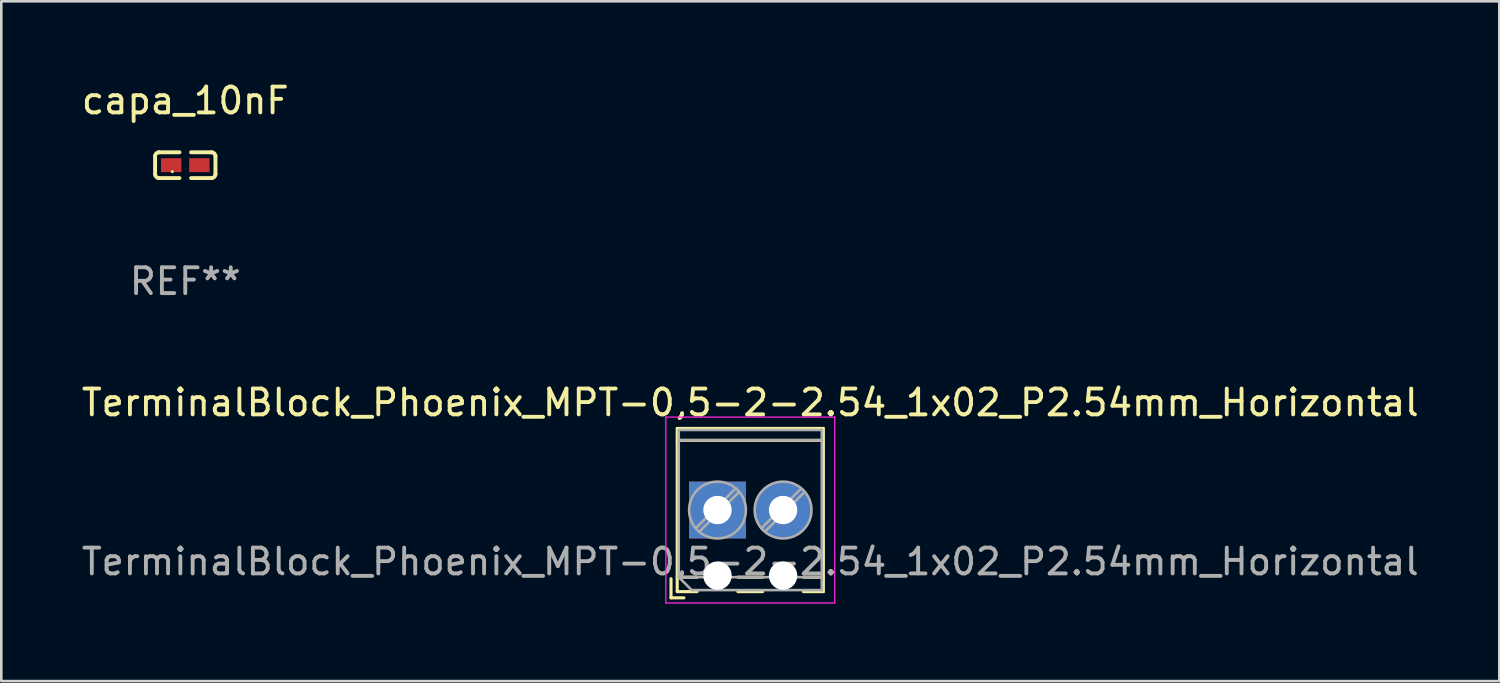
<source format=kicad_pcb>
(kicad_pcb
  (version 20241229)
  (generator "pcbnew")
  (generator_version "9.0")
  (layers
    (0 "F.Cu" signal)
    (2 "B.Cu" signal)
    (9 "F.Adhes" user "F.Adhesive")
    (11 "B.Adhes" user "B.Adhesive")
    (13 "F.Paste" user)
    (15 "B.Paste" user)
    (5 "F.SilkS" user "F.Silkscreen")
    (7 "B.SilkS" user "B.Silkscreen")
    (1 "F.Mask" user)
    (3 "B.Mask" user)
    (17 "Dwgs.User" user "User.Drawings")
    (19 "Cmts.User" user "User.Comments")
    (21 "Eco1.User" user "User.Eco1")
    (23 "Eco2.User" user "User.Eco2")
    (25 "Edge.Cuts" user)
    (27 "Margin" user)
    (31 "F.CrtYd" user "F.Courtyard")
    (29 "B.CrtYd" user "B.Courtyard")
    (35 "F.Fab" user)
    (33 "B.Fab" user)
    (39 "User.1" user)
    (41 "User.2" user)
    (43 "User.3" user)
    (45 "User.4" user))
  (footprint "TerminalBlock_Phoenix_MPT-0,5-2-2.54_1x02_P2.54mm_Horizontal"
    (layer "F.Cu")
    (at 24.736 16.702)
    (property "Reference" "TerminalBlock_Phoenix_MPT-0,5-2-2.54_1x02_P2.54mm_Horizontal" (at 1.27 -4.16 0) (layer "F.SilkS") (effects (font (size 1 1) (thickness 0.15))))
    (attr through_hole)
    (fp_line (start -1.8 2.66) (end -1.8 3.4) (stroke (width 0.12) (type solid)) (layer "F.SilkS"))
    (fp_line (start -1.8 3.4) (end -1.3 3.4) (stroke (width 0.12) (type solid)) (layer "F.SilkS"))
    (fp_line (start -1.56 -3.16) (end -1.56 3.16) (stroke (width 0.12) (type solid)) (layer "F.SilkS"))
    (fp_line (start -1.56 -3.16) (end 4.1 -3.16) (stroke (width 0.12) (type solid)) (layer "F.SilkS"))
    (fp_line (start -1.56 -2.7) (end 4.1 -2.7) (stroke (width 0.12) (type solid)) (layer "F.SilkS"))
    (fp_line (start -1.56 2.6) (end -0.79 2.6) (stroke (width 0.12) (type solid)) (layer "F.SilkS"))
    (fp_line (start -1.56 3.16) (end -0.79 3.16) (stroke (width 0.12) (type solid)) (layer "F.SilkS"))
    (fp_line (start 0.79 2.6) (end 1.75 2.6) (stroke (width 0.12) (type solid)) (layer "F.SilkS"))
    (fp_line (start 0.79 3.16) (end 1.75 3.16) (stroke (width 0.12) (type solid)) (layer "F.SilkS"))
    (fp_line (start 3.33 2.6) (end 4.1 2.6) (stroke (width 0.12) (type solid)) (layer "F.SilkS"))
    (fp_line (start 3.33 3.16) (end 4.1 3.16) (stroke (width 0.12) (type solid)) (layer "F.SilkS"))
    (fp_line (start 4.1 -3.16) (end 4.1 3.16) (stroke (width 0.12) (type solid)) (layer "F.SilkS"))
    (fp_line (start -2 -3.6) (end -2 3.6) (stroke (width 0.05) (type solid)) (layer "F.CrtYd"))
    (fp_line (start -2 3.6) (end 4.54 3.6) (stroke (width 0.05) (type solid)) (layer "F.CrtYd"))
    (fp_line (start 4.54 -3.6) (end -2 -3.6) (stroke (width 0.05) (type solid)) (layer "F.CrtYd"))
    (fp_line (start 4.54 3.6) (end 4.54 -3.6) (stroke (width 0.05) (type solid)) (layer "F.CrtYd"))
    (fp_line (start -1.5 -3.1) (end 4.04 -3.1) (stroke (width 0.1) (type solid)) (layer "F.Fab"))
    (fp_line (start -1.5 -2.7) (end 4.04 -2.7) (stroke (width 0.1) (type solid)) (layer "F.Fab"))
    (fp_line (start -1.5 2.6) (end -1.5 -3.1) (stroke (width 0.1) (type solid)) (layer "F.Fab"))
    (fp_line (start -1.5 2.6) (end 4.04 2.6) (stroke (width 0.1) (type solid)) (layer "F.Fab"))
    (fp_line (start -1 3.1) (end -1.5 2.6) (stroke (width 0.1) (type solid)) (layer "F.Fab"))
    (fp_line (start 0.701 -0.835) (end -0.835 0.7) (stroke (width 0.1) (type solid)) (layer "F.Fab"))
    (fp_line (start 0.835 -0.7) (end -0.701 0.835) (stroke (width 0.1) (type solid)) (layer "F.Fab"))
    (fp_line (start 3.241 -0.835) (end 1.706 0.7) (stroke (width 0.1) (type solid)) (layer "F.Fab"))
    (fp_line (start 3.375 -0.7) (end 1.84 0.835) (stroke (width 0.1) (type solid)) (layer "F.Fab"))
    (fp_line (start 4.04 -3.1) (end 4.04 3.1) (stroke (width 0.1) (type solid)) (layer "F.Fab"))
    (fp_line (start 4.04 3.1) (end -1 3.1) (stroke (width 0.1) (type solid)) (layer "F.Fab"))
    (fp_circle (center 0 0) (end 1.1 0) (stroke (width 0.1) (type solid)) (fill no) (layer "F.Fab"))
    (fp_circle (center 2.54 0) (end 3.64 0) (stroke (width 0.1) (type solid)) (fill no) (layer "F.Fab"))
    (fp_text user "${REFERENCE}" (at 1.27 2 0) (layer "F.Fab") (effects (font (size 1 1) (thickness 0.15))))
    (pad "" np_thru_hole circle (at 0 2.54) (size 1.1 1.1) (drill 1.1) (layers "*.Cu" "*.Mask"))
    (pad "" np_thru_hole circle (at 2.54 2.54) (size 1.1 1.1) (drill 1.1) (layers "*.Cu" "*.Mask"))
    (pad "1" thru_hole rect (at 0 0) (size 2.2 2.2) (drill 1.1) (layers "*.Cu" "*.Mask"))
    (pad "2" thru_hole circle (at 2.54 0) (size 2.2 2.2) (drill 1.1) (layers "*.Cu" "*.Mask")))
  (footprint "capa_10nF"
    (layer "F.Cu")
    (at 4.125 3.347)
    (property "Reference" "capa_10nF" (at 0 -2.499 0) (layer "F.SilkS") (effects (font (size 1 1) (thickness 0.15))))
    (attr through_hole)
    (fp_line (start -1.169 0.346) (end -1.169 -0.346) (stroke (width 0.152) (type solid)) (layer "F.SilkS"))
    (fp_line (start -1.016 -0.499) (end -0.226 -0.499) (stroke (width 0.152) (type solid)) (layer "F.SilkS"))
    (fp_line (start -0.226 0.499) (end -1.016 0.499) (stroke (width 0.152) (type solid)) (layer "F.SilkS"))
    (fp_line (start 0.226 0.499) (end 1.016 0.499) (stroke (width 0.152) (type solid)) (layer "F.SilkS"))
    (fp_line (start 1.016 -0.499) (end 0.226 -0.499) (stroke (width 0.152) (type solid)) (layer "F.SilkS"))
    (fp_line (start 1.169 0.346) (end 1.169 -0.346) (stroke (width 0.152) (type solid)) (layer "F.SilkS"))
    (fp_arc (start -1.168707 -0.346203) (mid -1.12407 -0.453966) (end -1.016307 -0.498603) (stroke (width 0.1524) (type solid)) (layer "F.SilkS"))
    (fp_arc (start -1.016307 0.498603) (mid -1.12407 0.453966) (end -1.168707 0.346203) (stroke (width 0.1524) (type solid)) (layer "F.SilkS"))
    (fp_arc (start 1.016307 -0.498603) (mid 1.12407 -0.453966) (end 1.168707 -0.346203) (stroke (width 0.1524) (type solid)) (layer "F.SilkS"))
    (fp_arc (start 1.168707 0.346203) (mid 1.12407 0.453966) (end 1.016307 0.498603) (stroke (width 0.1524) (type solid)) (layer "F.SilkS"))
    (fp_circle (center -0.5 0.25) (end -0.47 0.25) (stroke (width 0.06) (type solid)) (fill no) (layer "F.SilkS"))
    (fp_text user "REF**" (at 0 4.499 0) (layer "F.Fab") (effects (font (size 1 1) (thickness 0.15))))
    (pad "1" smd rect (at -0.545 0) (size 0.79 0.54) (layers "F.Cu" "F.Mask" "F.Paste"))
    (pad "2" smd rect (at 0.545 0) (size 0.79 0.54) (layers "F.Cu" "F.Mask" "F.Paste")))
  (gr_rect
    (start -3 -3)
    (end 55.012 23.327)
    (stroke (width 0.1) (type default))
    (fill no)
    (layer "Edge.Cuts")))
</source>
